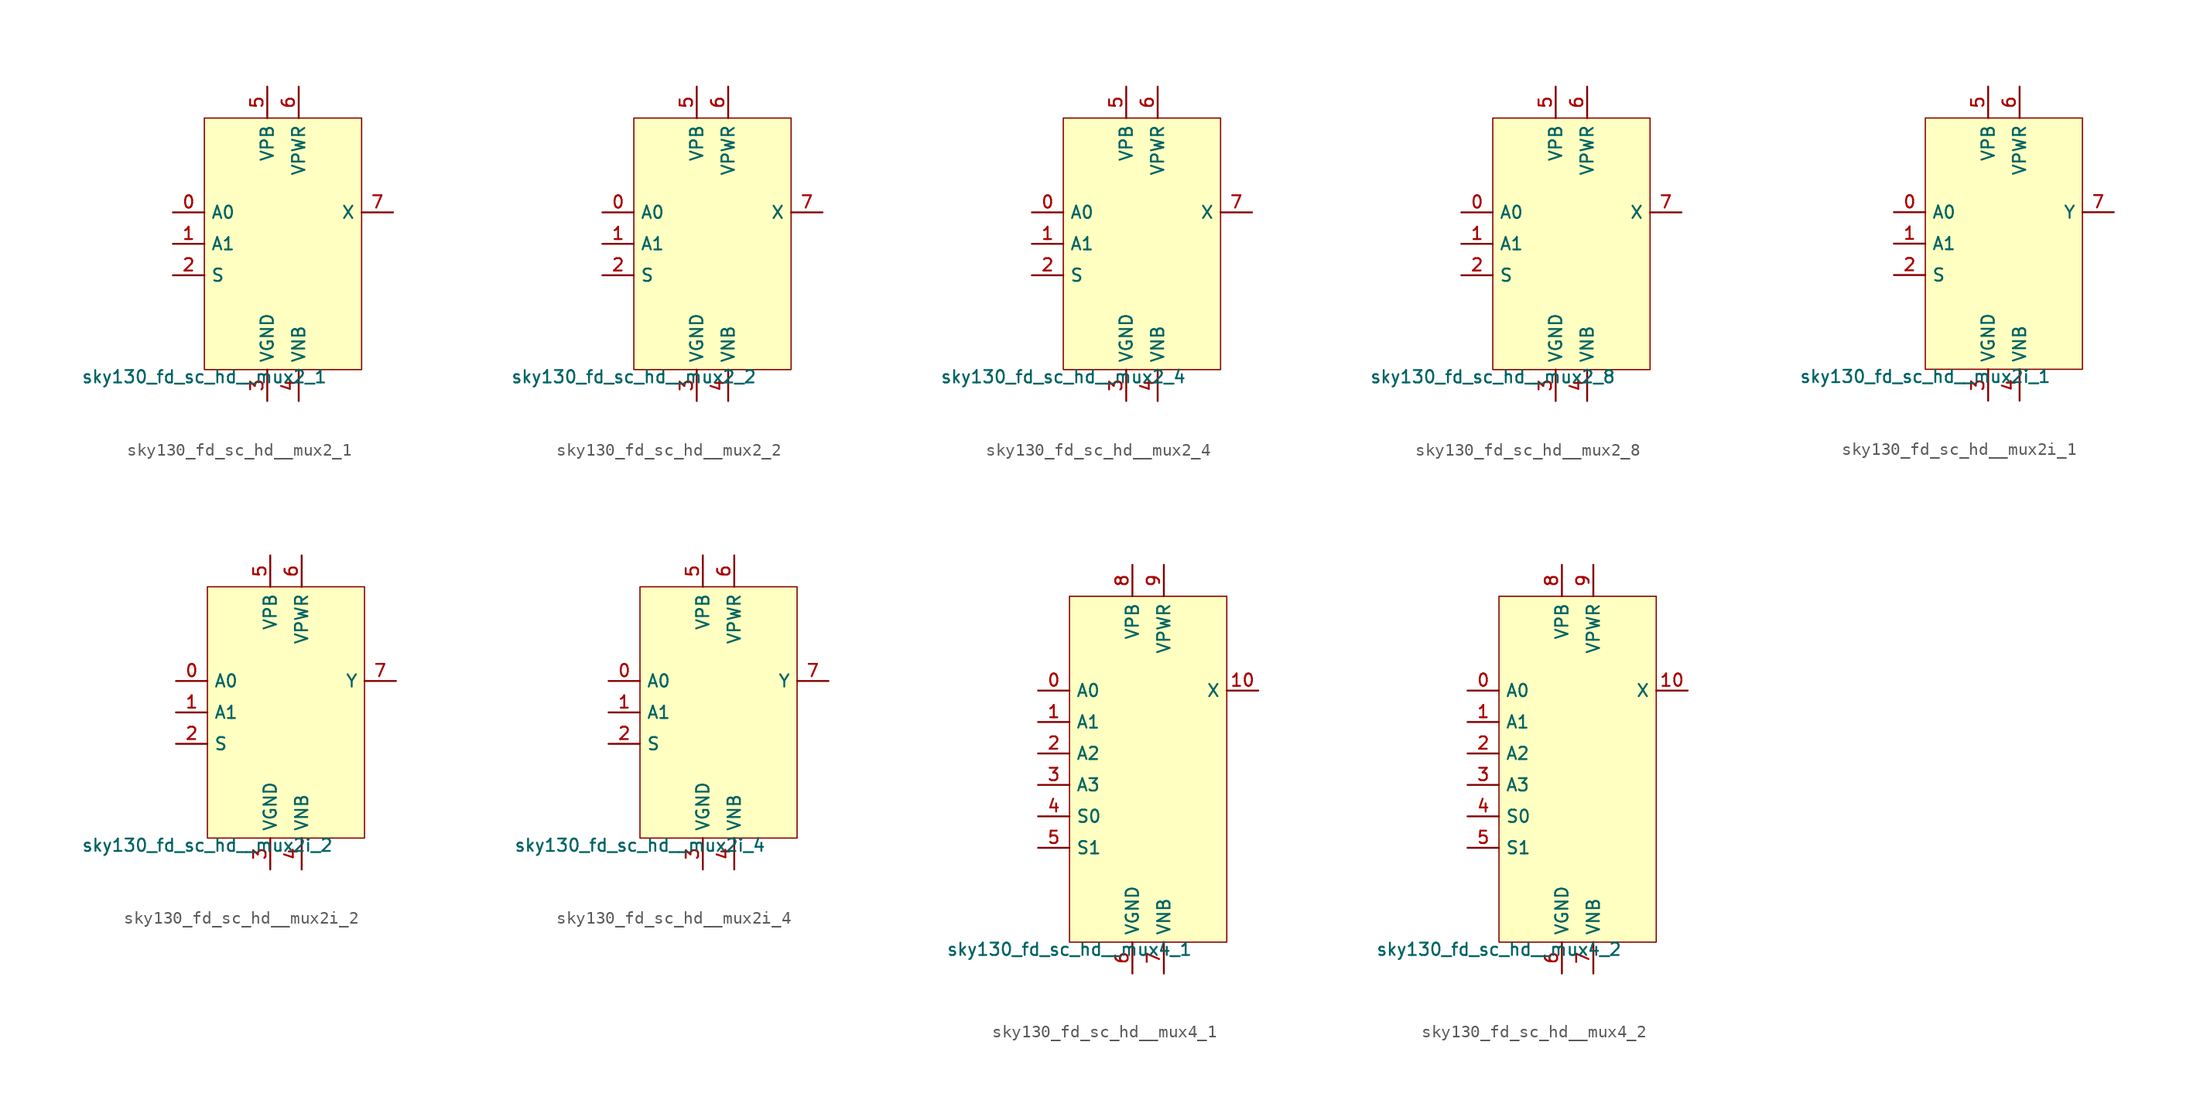
<source format=kicad_sym>
(kicad_symbol_lib
  (version 20211014)
  (generator lef2kicad_sym)
  (symbol "sky130_fd_sc_hd__mux2_1"
    (property "Reference" "X"
      (at 0 0 0)
      (effects (font (size 1 1)) hide))
    (property "Value" "sky130_fd_sc_hd__mux2_1"
      (at -6.35 -10.16 0)
      (effects (font (size 1 1)) (justify top)))
    (rectangle
      (start -6.35 -10.16)
      (end 6.35 10.16)
      (stroke (width 0.1) (type solid) (color 0 0 0 0))
      (fill (type background)))
    (pin input line
      (at -8.89 2.54 0)
      (length 2.54)
      (name "A0" (effects (font (size 1 1)) hide))
      (number "0" (effects (font (size 1 1)) hide)))
    (pin input line
      (at -8.89 0.0 0)
      (length 2.54)
      (name "A1" (effects (font (size 1 1)) hide))
      (number "1" (effects (font (size 1 1)) hide)))
    (pin input line
      (at -8.89 -2.54 0)
      (length 2.54)
      (name "S" (effects (font (size 1 1)) hide))
      (number "2" (effects (font (size 1 1)) hide)))
    (pin power_in line
      (at -1.27 -12.7 90)
      (length 2.54)
      (name "VGND" (effects (font (size 1 1)) hide))
      (number "3" (effects (font (size 1 1)) hide)))
    (pin power_in line
      (at 1.27 -12.7 90)
      (length 2.54)
      (name "VNB" (effects (font (size 1 1)) hide))
      (number "4" (effects (font (size 1 1)) hide)))
    (pin power_in line
      (at -1.27 12.7 270)
      (length 2.54)
      (name "VPB" (effects (font (size 1 1)) hide))
      (number "5" (effects (font (size 1 1)) hide)))
    (pin power_in line
      (at 1.27 12.7 270)
      (length 2.54)
      (name "VPWR" (effects (font (size 1 1)) hide))
      (number "6" (effects (font (size 1 1)) hide)))
    (pin output line
      (at 8.89 2.54 180)
      (length 2.54)
      (name "X" (effects (font (size 1 1)) hide))
      (number "7" (effects (font (size 1 1)) hide))))
  (symbol "sky130_fd_sc_hd__mux2_2"
    (property "Reference" "X"
      (at 0 0 0)
      (effects (font (size 1 1)) hide))
    (property "Value" "sky130_fd_sc_hd__mux2_2"
      (at -6.35 -10.16 0)
      (effects (font (size 1 1)) (justify top)))
    (rectangle
      (start -6.35 -10.16)
      (end 6.35 10.16)
      (stroke (width 0.1) (type solid) (color 0 0 0 0))
      (fill (type background)))
    (pin input line
      (at -8.89 2.54 0)
      (length 2.54)
      (name "A0" (effects (font (size 1 1)) hide))
      (number "0" (effects (font (size 1 1)) hide)))
    (pin input line
      (at -8.89 0.0 0)
      (length 2.54)
      (name "A1" (effects (font (size 1 1)) hide))
      (number "1" (effects (font (size 1 1)) hide)))
    (pin input line
      (at -8.89 -2.54 0)
      (length 2.54)
      (name "S" (effects (font (size 1 1)) hide))
      (number "2" (effects (font (size 1 1)) hide)))
    (pin power_in line
      (at -1.27 -12.7 90)
      (length 2.54)
      (name "VGND" (effects (font (size 1 1)) hide))
      (number "3" (effects (font (size 1 1)) hide)))
    (pin power_in line
      (at 1.27 -12.7 90)
      (length 2.54)
      (name "VNB" (effects (font (size 1 1)) hide))
      (number "4" (effects (font (size 1 1)) hide)))
    (pin power_in line
      (at -1.27 12.7 270)
      (length 2.54)
      (name "VPB" (effects (font (size 1 1)) hide))
      (number "5" (effects (font (size 1 1)) hide)))
    (pin power_in line
      (at 1.27 12.7 270)
      (length 2.54)
      (name "VPWR" (effects (font (size 1 1)) hide))
      (number "6" (effects (font (size 1 1)) hide)))
    (pin output line
      (at 8.89 2.54 180)
      (length 2.54)
      (name "X" (effects (font (size 1 1)) hide))
      (number "7" (effects (font (size 1 1)) hide))))
  (symbol "sky130_fd_sc_hd__mux2_4"
    (property "Reference" "X"
      (at 0 0 0)
      (effects (font (size 1 1)) hide))
    (property "Value" "sky130_fd_sc_hd__mux2_4"
      (at -6.35 -10.16 0)
      (effects (font (size 1 1)) (justify top)))
    (rectangle
      (start -6.35 -10.16)
      (end 6.35 10.16)
      (stroke (width 0.1) (type solid) (color 0 0 0 0))
      (fill (type background)))
    (pin input line
      (at -8.89 2.54 0)
      (length 2.54)
      (name "A0" (effects (font (size 1 1)) hide))
      (number "0" (effects (font (size 1 1)) hide)))
    (pin input line
      (at -8.89 0.0 0)
      (length 2.54)
      (name "A1" (effects (font (size 1 1)) hide))
      (number "1" (effects (font (size 1 1)) hide)))
    (pin input line
      (at -8.89 -2.54 0)
      (length 2.54)
      (name "S" (effects (font (size 1 1)) hide))
      (number "2" (effects (font (size 1 1)) hide)))
    (pin power_in line
      (at -1.27 -12.7 90)
      (length 2.54)
      (name "VGND" (effects (font (size 1 1)) hide))
      (number "3" (effects (font (size 1 1)) hide)))
    (pin power_in line
      (at 1.27 -12.7 90)
      (length 2.54)
      (name "VNB" (effects (font (size 1 1)) hide))
      (number "4" (effects (font (size 1 1)) hide)))
    (pin power_in line
      (at -1.27 12.7 270)
      (length 2.54)
      (name "VPB" (effects (font (size 1 1)) hide))
      (number "5" (effects (font (size 1 1)) hide)))
    (pin power_in line
      (at 1.27 12.7 270)
      (length 2.54)
      (name "VPWR" (effects (font (size 1 1)) hide))
      (number "6" (effects (font (size 1 1)) hide)))
    (pin output line
      (at 8.89 2.54 180)
      (length 2.54)
      (name "X" (effects (font (size 1 1)) hide))
      (number "7" (effects (font (size 1 1)) hide))))
  (symbol "sky130_fd_sc_hd__mux2_8"
    (property "Reference" "X"
      (at 0 0 0)
      (effects (font (size 1 1)) hide))
    (property "Value" "sky130_fd_sc_hd__mux2_8"
      (at -6.35 -10.16 0)
      (effects (font (size 1 1)) (justify top)))
    (rectangle
      (start -6.35 -10.16)
      (end 6.35 10.16)
      (stroke (width 0.1) (type solid) (color 0 0 0 0))
      (fill (type background)))
    (pin input line
      (at -8.89 2.54 0)
      (length 2.54)
      (name "A0" (effects (font (size 1 1)) hide))
      (number "0" (effects (font (size 1 1)) hide)))
    (pin input line
      (at -8.89 0.0 0)
      (length 2.54)
      (name "A1" (effects (font (size 1 1)) hide))
      (number "1" (effects (font (size 1 1)) hide)))
    (pin input line
      (at -8.89 -2.54 0)
      (length 2.54)
      (name "S" (effects (font (size 1 1)) hide))
      (number "2" (effects (font (size 1 1)) hide)))
    (pin power_in line
      (at -1.27 -12.7 90)
      (length 2.54)
      (name "VGND" (effects (font (size 1 1)) hide))
      (number "3" (effects (font (size 1 1)) hide)))
    (pin power_in line
      (at 1.27 -12.7 90)
      (length 2.54)
      (name "VNB" (effects (font (size 1 1)) hide))
      (number "4" (effects (font (size 1 1)) hide)))
    (pin power_in line
      (at -1.27 12.7 270)
      (length 2.54)
      (name "VPB" (effects (font (size 1 1)) hide))
      (number "5" (effects (font (size 1 1)) hide)))
    (pin power_in line
      (at 1.27 12.7 270)
      (length 2.54)
      (name "VPWR" (effects (font (size 1 1)) hide))
      (number "6" (effects (font (size 1 1)) hide)))
    (pin output line
      (at 8.89 2.54 180)
      (length 2.54)
      (name "X" (effects (font (size 1 1)) hide))
      (number "7" (effects (font (size 1 1)) hide))))
  (symbol "sky130_fd_sc_hd__mux2i_1"
    (property "Reference" "X"
      (at 0 0 0)
      (effects (font (size 1 1)) hide))
    (property "Value" "sky130_fd_sc_hd__mux2i_1"
      (at -6.35 -10.16 0)
      (effects (font (size 1 1)) (justify top)))
    (rectangle
      (start -6.35 -10.16)
      (end 6.35 10.16)
      (stroke (width 0.1) (type solid) (color 0 0 0 0))
      (fill (type background)))
    (pin input line
      (at -8.89 2.54 0)
      (length 2.54)
      (name "A0" (effects (font (size 1 1)) hide))
      (number "0" (effects (font (size 1 1)) hide)))
    (pin input line
      (at -8.89 0.0 0)
      (length 2.54)
      (name "A1" (effects (font (size 1 1)) hide))
      (number "1" (effects (font (size 1 1)) hide)))
    (pin input line
      (at -8.89 -2.54 0)
      (length 2.54)
      (name "S" (effects (font (size 1 1)) hide))
      (number "2" (effects (font (size 1 1)) hide)))
    (pin power_in line
      (at -1.27 -12.7 90)
      (length 2.54)
      (name "VGND" (effects (font (size 1 1)) hide))
      (number "3" (effects (font (size 1 1)) hide)))
    (pin power_in line
      (at 1.27 -12.7 90)
      (length 2.54)
      (name "VNB" (effects (font (size 1 1)) hide))
      (number "4" (effects (font (size 1 1)) hide)))
    (pin power_in line
      (at -1.27 12.7 270)
      (length 2.54)
      (name "VPB" (effects (font (size 1 1)) hide))
      (number "5" (effects (font (size 1 1)) hide)))
    (pin power_in line
      (at 1.27 12.7 270)
      (length 2.54)
      (name "VPWR" (effects (font (size 1 1)) hide))
      (number "6" (effects (font (size 1 1)) hide)))
    (pin output line
      (at 8.89 2.54 180)
      (length 2.54)
      (name "Y" (effects (font (size 1 1)) hide))
      (number "7" (effects (font (size 1 1)) hide))))
  (symbol "sky130_fd_sc_hd__mux2i_2"
    (property "Reference" "X"
      (at 0 0 0)
      (effects (font (size 1 1)) hide))
    (property "Value" "sky130_fd_sc_hd__mux2i_2"
      (at -6.35 -10.16 0)
      (effects (font (size 1 1)) (justify top)))
    (rectangle
      (start -6.35 -10.16)
      (end 6.35 10.16)
      (stroke (width 0.1) (type solid) (color 0 0 0 0))
      (fill (type background)))
    (pin input line
      (at -8.89 2.54 0)
      (length 2.54)
      (name "A0" (effects (font (size 1 1)) hide))
      (number "0" (effects (font (size 1 1)) hide)))
    (pin input line
      (at -8.89 0.0 0)
      (length 2.54)
      (name "A1" (effects (font (size 1 1)) hide))
      (number "1" (effects (font (size 1 1)) hide)))
    (pin input line
      (at -8.89 -2.54 0)
      (length 2.54)
      (name "S" (effects (font (size 1 1)) hide))
      (number "2" (effects (font (size 1 1)) hide)))
    (pin power_in line
      (at -1.27 -12.7 90)
      (length 2.54)
      (name "VGND" (effects (font (size 1 1)) hide))
      (number "3" (effects (font (size 1 1)) hide)))
    (pin power_in line
      (at 1.27 -12.7 90)
      (length 2.54)
      (name "VNB" (effects (font (size 1 1)) hide))
      (number "4" (effects (font (size 1 1)) hide)))
    (pin power_in line
      (at -1.27 12.7 270)
      (length 2.54)
      (name "VPB" (effects (font (size 1 1)) hide))
      (number "5" (effects (font (size 1 1)) hide)))
    (pin power_in line
      (at 1.27 12.7 270)
      (length 2.54)
      (name "VPWR" (effects (font (size 1 1)) hide))
      (number "6" (effects (font (size 1 1)) hide)))
    (pin output line
      (at 8.89 2.54 180)
      (length 2.54)
      (name "Y" (effects (font (size 1 1)) hide))
      (number "7" (effects (font (size 1 1)) hide))))
  (symbol "sky130_fd_sc_hd__mux2i_4"
    (property "Reference" "X"
      (at 0 0 0)
      (effects (font (size 1 1)) hide))
    (property "Value" "sky130_fd_sc_hd__mux2i_4"
      (at -6.35 -10.16 0)
      (effects (font (size 1 1)) (justify top)))
    (rectangle
      (start -6.35 -10.16)
      (end 6.35 10.16)
      (stroke (width 0.1) (type solid) (color 0 0 0 0))
      (fill (type background)))
    (pin input line
      (at -8.89 2.54 0)
      (length 2.54)
      (name "A0" (effects (font (size 1 1)) hide))
      (number "0" (effects (font (size 1 1)) hide)))
    (pin input line
      (at -8.89 0.0 0)
      (length 2.54)
      (name "A1" (effects (font (size 1 1)) hide))
      (number "1" (effects (font (size 1 1)) hide)))
    (pin input line
      (at -8.89 -2.54 0)
      (length 2.54)
      (name "S" (effects (font (size 1 1)) hide))
      (number "2" (effects (font (size 1 1)) hide)))
    (pin power_in line
      (at -1.27 -12.7 90)
      (length 2.54)
      (name "VGND" (effects (font (size 1 1)) hide))
      (number "3" (effects (font (size 1 1)) hide)))
    (pin power_in line
      (at 1.27 -12.7 90)
      (length 2.54)
      (name "VNB" (effects (font (size 1 1)) hide))
      (number "4" (effects (font (size 1 1)) hide)))
    (pin power_in line
      (at -1.27 12.7 270)
      (length 2.54)
      (name "VPB" (effects (font (size 1 1)) hide))
      (number "5" (effects (font (size 1 1)) hide)))
    (pin power_in line
      (at 1.27 12.7 270)
      (length 2.54)
      (name "VPWR" (effects (font (size 1 1)) hide))
      (number "6" (effects (font (size 1 1)) hide)))
    (pin output line
      (at 8.89 2.54 180)
      (length 2.54)
      (name "Y" (effects (font (size 1 1)) hide))
      (number "7" (effects (font (size 1 1)) hide))))
  (symbol "sky130_fd_sc_hd__mux4_1"
    (property "Reference" "X"
      (at 0 0 0)
      (effects (font (size 1 1)) hide))
    (property "Value" "sky130_fd_sc_hd__mux4_1"
      (at -6.35 -13.97 0)
      (effects (font (size 1 1)) (justify top)))
    (rectangle
      (start -6.35 -13.97)
      (end 6.35 13.97)
      (stroke (width 0.1) (type solid) (color 0 0 0 0))
      (fill (type background)))
    (pin input line
      (at -8.89 6.35 0)
      (length 2.54)
      (name "A0" (effects (font (size 1 1)) hide))
      (number "0" (effects (font (size 1 1)) hide)))
    (pin input line
      (at -8.89 3.81 0)
      (length 2.54)
      (name "A1" (effects (font (size 1 1)) hide))
      (number "1" (effects (font (size 1 1)) hide)))
    (pin input line
      (at -8.89 1.27 0)
      (length 2.54)
      (name "A2" (effects (font (size 1 1)) hide))
      (number "2" (effects (font (size 1 1)) hide)))
    (pin input line
      (at -8.89 -1.27 0)
      (length 2.54)
      (name "A3" (effects (font (size 1 1)) hide))
      (number "3" (effects (font (size 1 1)) hide)))
    (pin input line
      (at -8.89 -3.81 0)
      (length 2.54)
      (name "S0" (effects (font (size 1 1)) hide))
      (number "4" (effects (font (size 1 1)) hide)))
    (pin input line
      (at -8.89 -6.35 0)
      (length 2.54)
      (name "S1" (effects (font (size 1 1)) hide))
      (number "5" (effects (font (size 1 1)) hide)))
    (pin power_in line
      (at -1.27 -16.51 90)
      (length 2.54)
      (name "VGND" (effects (font (size 1 1)) hide))
      (number "6" (effects (font (size 1 1)) hide)))
    (pin power_in line
      (at 1.27 -16.51 90)
      (length 2.54)
      (name "VNB" (effects (font (size 1 1)) hide))
      (number "7" (effects (font (size 1 1)) hide)))
    (pin power_in line
      (at -1.27 16.51 270)
      (length 2.54)
      (name "VPB" (effects (font (size 1 1)) hide))
      (number "8" (effects (font (size 1 1)) hide)))
    (pin power_in line
      (at 1.27 16.51 270)
      (length 2.54)
      (name "VPWR" (effects (font (size 1 1)) hide))
      (number "9" (effects (font (size 1 1)) hide)))
    (pin output line
      (at 8.89 6.35 180)
      (length 2.54)
      (name "X" (effects (font (size 1 1)) hide))
      (number "10" (effects (font (size 1 1)) hide))))
  (symbol "sky130_fd_sc_hd__mux4_2"
    (property "Reference" "X"
      (at 0 0 0)
      (effects (font (size 1 1)) hide))
    (property "Value" "sky130_fd_sc_hd__mux4_2"
      (at -6.35 -13.97 0)
      (effects (font (size 1 1)) (justify top)))
    (rectangle
      (start -6.35 -13.97)
      (end 6.35 13.97)
      (stroke (width 0.1) (type solid) (color 0 0 0 0))
      (fill (type background)))
    (pin input line
      (at -8.89 6.35 0)
      (length 2.54)
      (name "A0" (effects (font (size 1 1)) hide))
      (number "0" (effects (font (size 1 1)) hide)))
    (pin input line
      (at -8.89 3.81 0)
      (length 2.54)
      (name "A1" (effects (font (size 1 1)) hide))
      (number "1" (effects (font (size 1 1)) hide)))
    (pin input line
      (at -8.89 1.27 0)
      (length 2.54)
      (name "A2" (effects (font (size 1 1)) hide))
      (number "2" (effects (font (size 1 1)) hide)))
    (pin input line
      (at -8.89 -1.27 0)
      (length 2.54)
      (name "A3" (effects (font (size 1 1)) hide))
      (number "3" (effects (font (size 1 1)) hide)))
    (pin input line
      (at -8.89 -3.81 0)
      (length 2.54)
      (name "S0" (effects (font (size 1 1)) hide))
      (number "4" (effects (font (size 1 1)) hide)))
    (pin input line
      (at -8.89 -6.35 0)
      (length 2.54)
      (name "S1" (effects (font (size 1 1)) hide))
      (number "5" (effects (font (size 1 1)) hide)))
    (pin power_in line
      (at -1.27 -16.51 90)
      (length 2.54)
      (name "VGND" (effects (font (size 1 1)) hide))
      (number "6" (effects (font (size 1 1)) hide)))
    (pin power_in line
      (at 1.27 -16.51 90)
      (length 2.54)
      (name "VNB" (effects (font (size 1 1)) hide))
      (number "7" (effects (font (size 1 1)) hide)))
    (pin power_in line
      (at -1.27 16.51 270)
      (length 2.54)
      (name "VPB" (effects (font (size 1 1)) hide))
      (number "8" (effects (font (size 1 1)) hide)))
    (pin power_in line
      (at 1.27 16.51 270)
      (length 2.54)
      (name "VPWR" (effects (font (size 1 1)) hide))
      (number "9" (effects (font (size 1 1)) hide)))
    (pin output line
      (at 8.89 6.35 180)
      (length 2.54)
      (name "X" (effects (font (size 1 1)) hide))
      (number "10" (effects (font (size 1 1)) hide)))))
</source>
